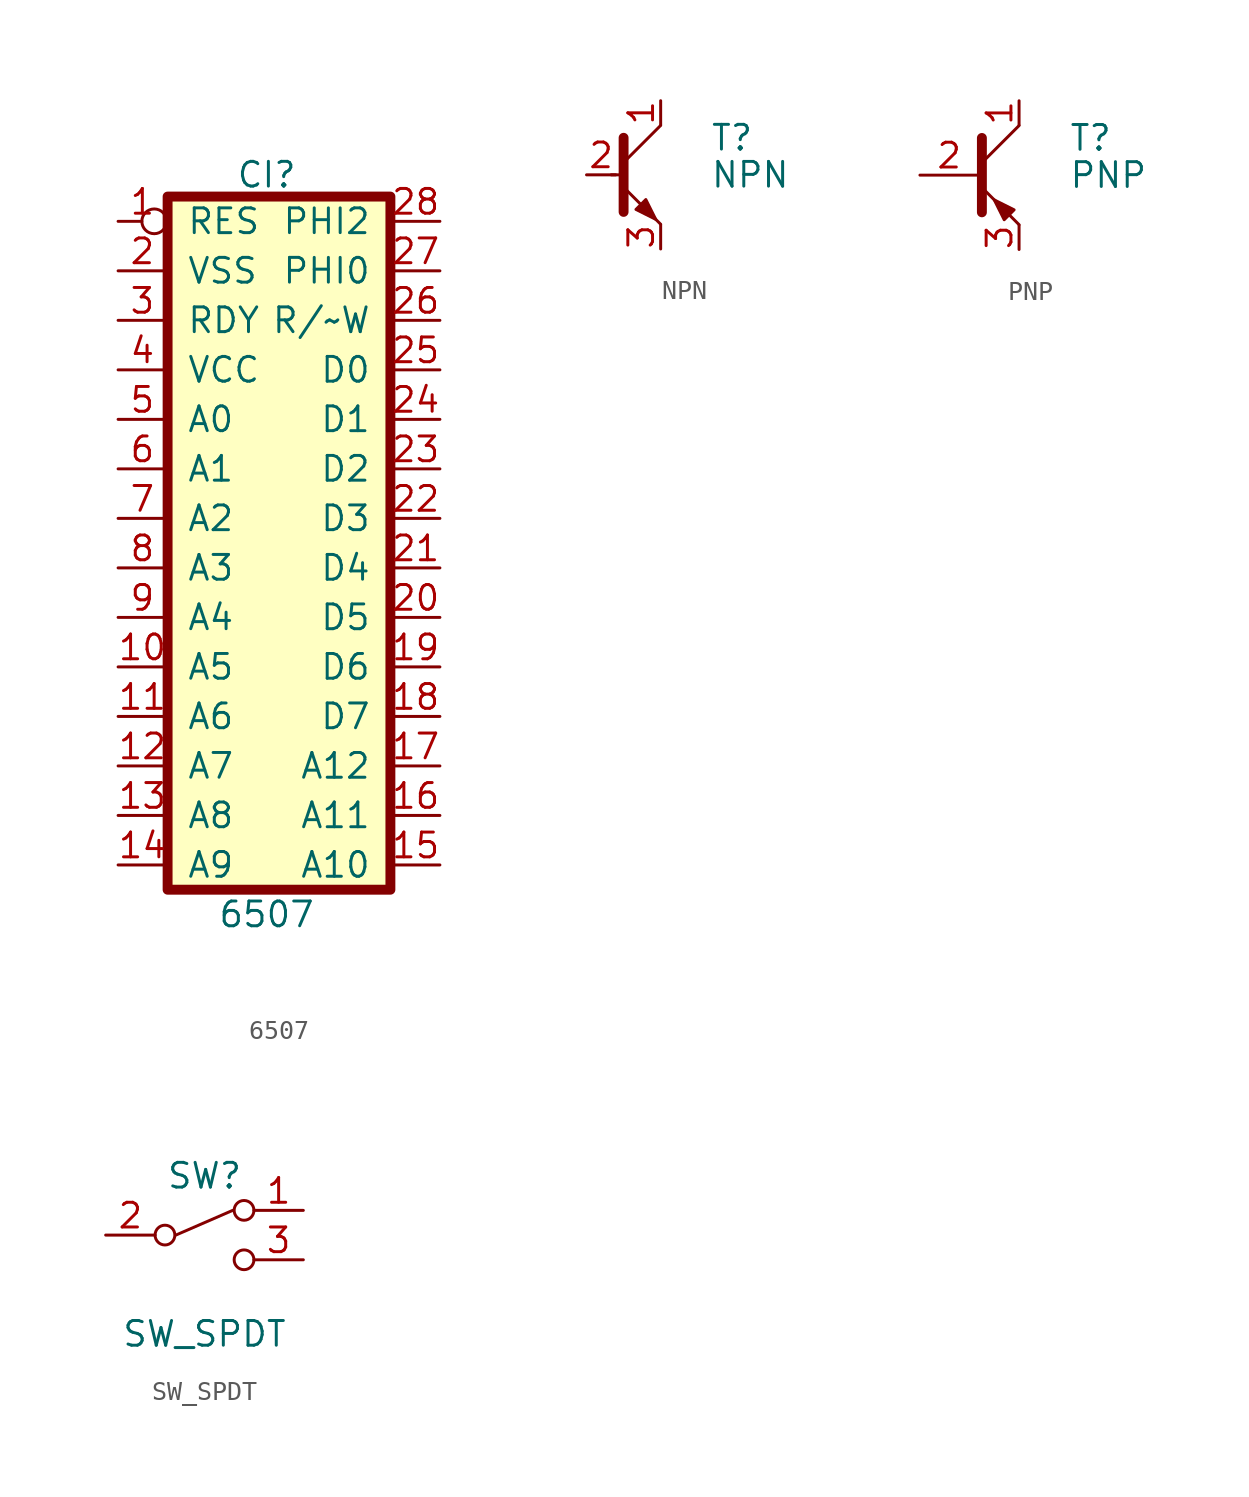
<source format=kicad_sym>
(kicad_symbol_lib
  (version 20220914)
  (generator kicad_symbol_editor)
  (symbol "6507"
    (pin_names
      (offset 1.016))
    (property "Reference" "CI"
      (at -1.27 17.628 0)
      (effects (font (size 1.27 1.27))))
    (property "Value" "6507"
      (at -1.27 -20.32 0)
      (effects (font (size 1.27 1.27))))
    (symbol "6507_0_1"
      (rectangle (start -6.35 16.51) (end 5.08 -19.05) (stroke (width 0.508) (type default)) (fill (type background))))
    (symbol "6507_1_0"
      (pin output line (at 7.62 -12.7 180) (length 2.489) (name "A12" (effects (font (size 1.27 1.27)))) (number "17" (effects (font (size 1.27 1.27))))))
    (symbol "6507_1_1"
      (pin input inverted (at -8.89 15.24 0) (length 2.489) (name "RES" (effects (font (size 1.27 1.27)))) (number "1" (effects (font (size 1.27 1.27)))))
      (pin output line (at -8.89 -7.62 0) (length 2.489) (name "A5" (effects (font (size 1.27 1.27)))) (number "10" (effects (font (size 1.27 1.27)))))
      (pin output line (at -8.89 -10.16 0) (length 2.489) (name "A6" (effects (font (size 1.27 1.27)))) (number "11" (effects (font (size 1.27 1.27)))))
      (pin output line (at -8.89 -12.7 0) (length 2.489) (name "A7" (effects (font (size 1.27 1.27)))) (number "12" (effects (font (size 1.27 1.27)))))
      (pin output line (at -8.89 -15.24 0) (length 2.489) (name "A8" (effects (font (size 1.27 1.27)))) (number "13" (effects (font (size 1.27 1.27)))))
      (pin output line (at -8.89 -17.78 0) (length 2.489) (name "A9" (effects (font (size 1.27 1.27)))) (number "14" (effects (font (size 1.27 1.27)))))
      (pin output line (at 7.62 -17.78 180) (length 2.489) (name "A10" (effects (font (size 1.27 1.27)))) (number "15" (effects (font (size 1.27 1.27)))))
      (pin output line (at 7.62 -15.24 180) (length 2.489) (name "A11" (effects (font (size 1.27 1.27)))) (number "16" (effects (font (size 1.27 1.27)))))
      (pin bidirectional line (at 7.62 -10.16 180) (length 2.489) (name "D7" (effects (font (size 1.27 1.27)))) (number "18" (effects (font (size 1.27 1.27)))))
      (pin bidirectional line (at 7.62 -7.62 180) (length 2.489) (name "D6" (effects (font (size 1.27 1.27)))) (number "19" (effects (font (size 1.27 1.27)))))
      (pin power_in line (at -8.89 12.7 0) (length 2.489) (name "VSS" (effects (font (size 1.27 1.27)))) (number "2" (effects (font (size 1.27 1.27)))))
      (pin bidirectional line (at 7.62 -5.08 180) (length 2.489) (name "D5" (effects (font (size 1.27 1.27)))) (number "20" (effects (font (size 1.27 1.27)))))
      (pin bidirectional line (at 7.62 -2.54 180) (length 2.489) (name "D4" (effects (font (size 1.27 1.27)))) (number "21" (effects (font (size 1.27 1.27)))))
      (pin bidirectional line (at 7.62 0 180) (length 2.489) (name "D3" (effects (font (size 1.27 1.27)))) (number "22" (effects (font (size 1.27 1.27)))))
      (pin bidirectional line (at 7.62 2.54 180) (length 2.489) (name "D2" (effects (font (size 1.27 1.27)))) (number "23" (effects (font (size 1.27 1.27)))))
      (pin bidirectional line (at 7.62 5.08 180) (length 2.489) (name "D1" (effects (font (size 1.27 1.27)))) (number "24" (effects (font (size 1.27 1.27)))))
      (pin bidirectional line (at 7.62 7.62 180) (length 2.489) (name "D0" (effects (font (size 1.27 1.27)))) (number "25" (effects (font (size 1.27 1.27)))))
      (pin output line (at 7.62 10.16 180) (length 2.489) (name "R/~W" (effects (font (size 1.27 1.27)))) (number "26" (effects (font (size 1.27 1.27)))))
      (pin input line (at 7.62 12.7 180) (length 2.489) (name "PHI0" (effects (font (size 1.27 1.27)))) (number "27" (effects (font (size 1.27 1.27)))))
      (pin output line (at 7.62 15.24 180) (length 2.489) (name "PHI2" (effects (font (size 1.27 1.27)))) (number "28" (effects (font (size 1.27 1.27)))))
      (pin input line (at -8.89 10.16 0) (length 2.489) (name "RDY" (effects (font (size 1.27 1.27)))) (number "3" (effects (font (size 1.27 1.27)))))
      (pin power_in line (at -8.89 7.62 0) (length 2.489) (name "VCC" (effects (font (size 1.27 1.27)))) (number "4" (effects (font (size 1.27 1.27)))))
      (pin output line (at -8.89 5.08 0) (length 2.489) (name "A0" (effects (font (size 1.27 1.27)))) (number "5" (effects (font (size 1.27 1.27)))))
      (pin output line (at -8.89 2.54 0) (length 2.489) (name "A1" (effects (font (size 1.27 1.27)))) (number "6" (effects (font (size 1.27 1.27)))))
      (pin output line (at -8.89 0 0) (length 2.489) (name "A2" (effects (font (size 1.27 1.27)))) (number "7" (effects (font (size 1.27 1.27)))))
      (pin output line (at -8.89 -2.54 0) (length 2.489) (name "A3" (effects (font (size 1.27 1.27)))) (number "8" (effects (font (size 1.27 1.27)))))
      (pin output line (at -8.89 -5.08 0) (length 2.489) (name "A4" (effects (font (size 1.27 1.27)))) (number "9" (effects (font (size 1.27 1.27)))))))
  (symbol "NPN"
    (pin_names
      (offset 0) hide)
    (property "Reference" "T"
      (at 5.08 1.905 0)
      (effects (font (size 1.27 1.27)) (justify left)))
    (property "Value" "NPN"
      (at 5.08 0 0)
      (effects (font (size 1.27 1.27)) (justify left)))
    (symbol "NPN_0_1"
      (polyline (pts (xy 0 0) (xy 0.635 0)) (stroke (width 0) (type default)) (fill (type none)))
      (polyline (pts (xy 0.635 0.635) (xy 2.54 2.54)) (stroke (width 0) (type default)) (fill (type none)))
      (polyline (pts (xy 0.635 -0.635) (xy 2.54 -2.54) (xy 2.54 -2.54)) (stroke (width 0) (type default)) (fill (type none)))
      (polyline (pts (xy 0.635 1.905) (xy 0.635 -1.905) (xy 0.635 -1.905)) (stroke (width 0.508) (type default)) (fill (type none)))
      (polyline (pts (xy 1.27 -1.778) (xy 1.778 -1.27) (xy 2.286 -2.286) (xy 1.27 -1.778) (xy 1.27 -1.778)) (stroke (width 0) (type default)) (fill (type outline))))
    (symbol "NPN_1_1"
      (pin passive line (at 2.54 3.81 270) (length 1.245) (name "C" (effects (font (size 1.27 1.27)))) (number "1" (effects (font (size 1.27 1.27)))))
      (pin input line (at -1.27 0 0) (length 1.499) (name "B" (effects (font (size 1.27 1.27)))) (number "2" (effects (font (size 1.27 1.27)))))
      (pin passive line (at 2.54 -3.81 90) (length 1.245) (name "E" (effects (font (size 1.27 1.27)))) (number "3" (effects (font (size 1.27 1.27)))))))
  (symbol "PNP"
    (pin_names
      (offset 0) hide)
    (property "Reference" "T"
      (at 5.08 1.905 0)
      (effects (font (size 1.27 1.27)) (justify left)))
    (property "Value" "PNP"
      (at 5.08 0 0)
      (effects (font (size 1.27 1.27)) (justify left)))
    (symbol "PNP_0_1"
      (polyline (pts (xy 0.635 0.635) (xy 2.54 2.54)) (stroke (width 0) (type default)) (fill (type none)))
      (polyline (pts (xy 0.635 -0.635) (xy 2.54 -2.54) (xy 2.54 -2.54)) (stroke (width 0) (type default)) (fill (type none)))
      (polyline (pts (xy 0.635 1.905) (xy 0.635 -1.905) (xy 0.635 -1.905)) (stroke (width 0.508) (type default)) (fill (type none)))
      (polyline (pts (xy 2.286 -1.778) (xy 1.778 -2.286) (xy 1.27 -1.27) (xy 2.286 -1.778) (xy 2.286 -1.778)) (stroke (width 0) (type default)) (fill (type outline))))
    (symbol "PNP_1_1"
      (pin passive line (at 2.54 3.81 270) (length 1.245) (name "C" (effects (font (size 1.27 1.27)))) (number "1" (effects (font (size 1.27 1.27)))))
      (pin input line (at -2.54 0 0) (length 2.997) (name "B" (effects (font (size 1.27 1.27)))) (number "2" (effects (font (size 1.27 1.27)))))
      (pin passive line (at 2.54 -3.81 90) (length 1.245) (name "E" (effects (font (size 1.27 1.27)))) (number "3" (effects (font (size 1.27 1.27)))))))
  (symbol "SW_SPDT"
    (pin_names
      (offset 0) hide)
    (property "Reference" "SW"
      (at 0 3.048 0)
      (effects (font (size 1.27 1.27))))
    (property "Value" "SW_SPDT"
      (at 0 -5.08 0)
      (effects (font (size 1.27 1.27))))
    (symbol "SW_SPDT_0_0"
      (circle (center -2.032 0) (radius 0.508) (stroke (width 0) (type default)) (fill (type none)))
      (circle (center 2.032 -1.27) (radius 0.508) (stroke (width 0) (type default)) (fill (type none))))
    (symbol "SW_SPDT_0_1"
      (polyline (pts (xy -1.473 0) (xy 1.448 1.27)) (stroke (width 0) (type default)) (fill (type none)))
      (circle (center 2.032 1.27) (radius 0.508) (stroke (width 0) (type default)) (fill (type none))))
    (symbol "SW_SPDT_1_1"
      (pin passive line (at 5.08 1.27 180) (length 2.54) (name "A" (effects (font (size 1.27 1.27)))) (number "1" (effects (font (size 1.27 1.27)))))
      (pin passive line (at -5.08 0 0) (length 2.54) (name "B" (effects (font (size 1.27 1.27)))) (number "2" (effects (font (size 1.27 1.27)))))
      (pin passive line (at 5.08 -1.27 180) (length 2.54) (name "C" (effects (font (size 1.27 1.27)))) (number "3" (effects (font (size 1.27 1.27))))))))
</source>
